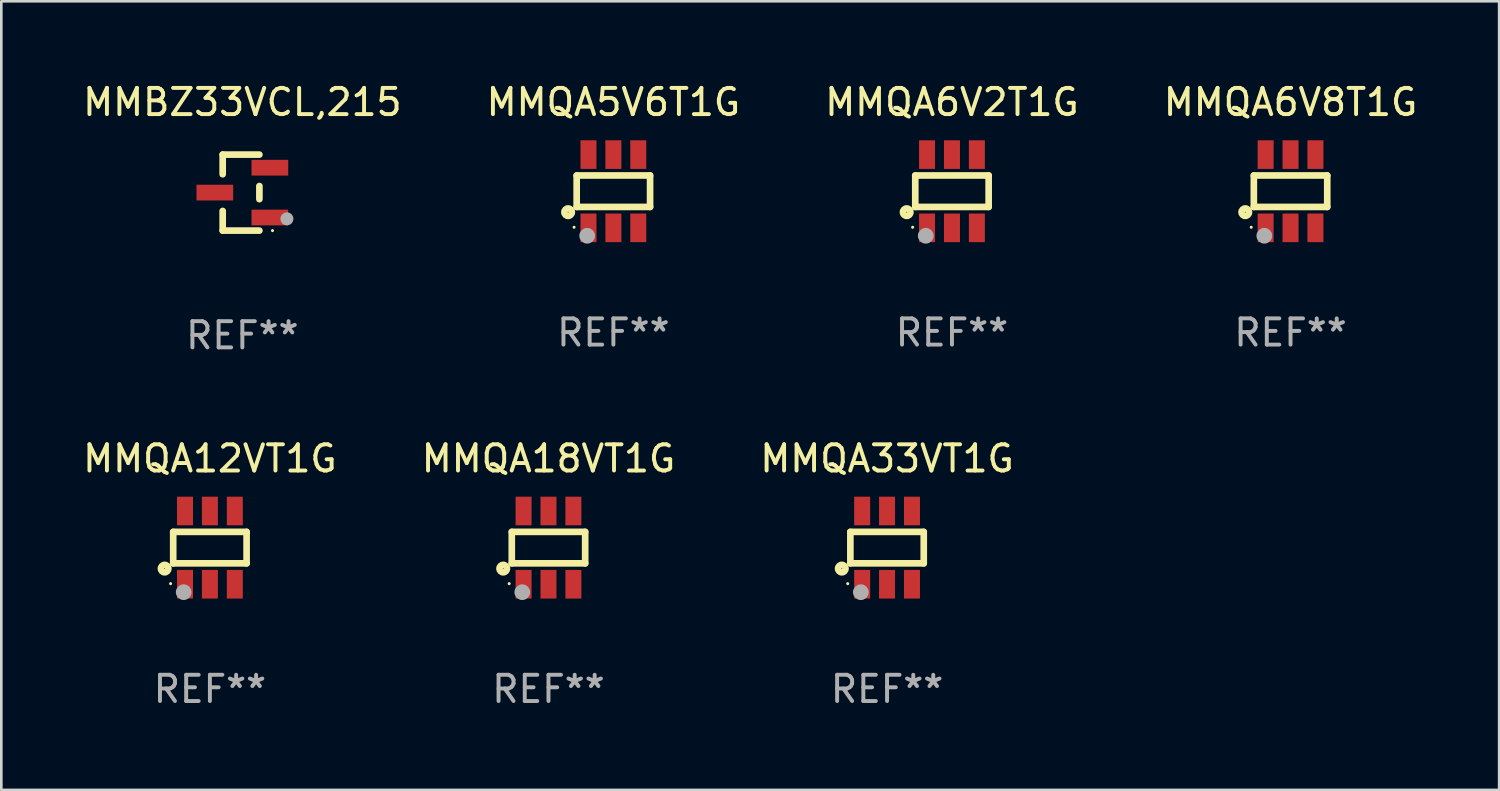
<source format=kicad_pcb>
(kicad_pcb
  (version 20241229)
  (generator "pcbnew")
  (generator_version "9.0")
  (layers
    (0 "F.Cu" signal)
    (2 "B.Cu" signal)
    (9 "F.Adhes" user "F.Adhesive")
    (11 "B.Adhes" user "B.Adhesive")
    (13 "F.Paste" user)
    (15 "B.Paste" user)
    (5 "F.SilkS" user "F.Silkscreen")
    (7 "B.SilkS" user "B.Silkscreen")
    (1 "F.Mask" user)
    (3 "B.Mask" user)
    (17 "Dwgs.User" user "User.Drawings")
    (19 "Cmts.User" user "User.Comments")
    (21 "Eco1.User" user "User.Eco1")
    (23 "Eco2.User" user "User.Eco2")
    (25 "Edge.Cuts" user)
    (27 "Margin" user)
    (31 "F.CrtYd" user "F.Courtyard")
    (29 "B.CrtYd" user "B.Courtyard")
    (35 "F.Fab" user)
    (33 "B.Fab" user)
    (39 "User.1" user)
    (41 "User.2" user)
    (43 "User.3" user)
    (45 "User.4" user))
  (footprint "MMQA6V2T1G"
    (layer "F.Cu")
    (at 33.268 4.245)
    (property "Reference" "MMQA6V2T1G" (at 0 -3.397 0) (layer "F.SilkS") (effects (font (size 1 1) (thickness 0.15))))
    (attr through_hole)
    (fp_line (start -1.4 -0.6) (end 1.4 -0.6) (stroke (width 0.254) (type solid)) (layer "F.SilkS"))
    (fp_line (start -1.4 0.6) (end -1.4 -0.6) (stroke (width 0.254) (type solid)) (layer "F.SilkS"))
    (fp_line (start -1.4 0.6) (end 1.4 0.6) (stroke (width 0.254) (type solid)) (layer "F.SilkS"))
    (fp_line (start 1.4 -0.6) (end 1.4 0.6) (stroke (width 0.254) (type solid)) (layer "F.SilkS"))
    (fp_circle (center -1.727 0.8) (end -1.585 0.8) (stroke (width 0.254) (type solid)) (fill no) (layer "F.SilkS"))
    (fp_circle (center -1.5 1.375) (end -1.47 1.375) (stroke (width 0.06) (type solid)) (fill no) (layer "F.SilkS"))
    (fp_circle (center -1 1.7) (end -0.85 1.7) (stroke (width 0.3) (type solid)) (fill no) (layer "F.Fab"))
    (fp_text user "REF**" (at 0 5.397 0) (layer "F.Fab") (effects (font (size 1 1) (thickness 0.15))))
    (pad "1" smd rect (at -0.95 1.397 180) (size 0.61 1.092) (layers "F.Cu" "F.Mask" "F.Paste"))
    (pad "2" smd rect (at 0 1.397 180) (size 0.61 1.092) (layers "F.Cu" "F.Mask" "F.Paste"))
    (pad "3" smd rect (at 0.95 1.397 180) (size 0.61 1.092) (layers "F.Cu" "F.Mask" "F.Paste"))
    (pad "4" smd rect (at 0.95 -1.397 180) (size 0.61 1.092) (layers "F.Cu" "F.Mask" "F.Paste"))
    (pad "5" smd rect (at 0 -1.397 180) (size 0.61 1.092) (layers "F.Cu" "F.Mask" "F.Paste"))
    (pad "6" smd rect (at -0.95 -1.397 180) (size 0.61 1.092) (layers "F.Cu" "F.Mask" "F.Paste")))
  (footprint "MMQA6V8T1G"
    (layer "F.Cu")
    (at 46.185 4.245)
    (property "Reference" "MMQA6V8T1G" (at 0 -3.397 0) (layer "F.SilkS") (effects (font (size 1 1) (thickness 0.15))))
    (attr through_hole)
    (fp_line (start -1.4 -0.6) (end 1.4 -0.6) (stroke (width 0.254) (type solid)) (layer "F.SilkS"))
    (fp_line (start -1.4 0.6) (end -1.4 -0.6) (stroke (width 0.254) (type solid)) (layer "F.SilkS"))
    (fp_line (start -1.4 0.6) (end 1.4 0.6) (stroke (width 0.254) (type solid)) (layer "F.SilkS"))
    (fp_line (start 1.4 -0.6) (end 1.4 0.6) (stroke (width 0.254) (type solid)) (layer "F.SilkS"))
    (fp_circle (center -1.727 0.8) (end -1.585 0.8) (stroke (width 0.254) (type solid)) (fill no) (layer "F.SilkS"))
    (fp_circle (center -1.5 1.375) (end -1.47 1.375) (stroke (width 0.06) (type solid)) (fill no) (layer "F.SilkS"))
    (fp_circle (center -1 1.7) (end -0.85 1.7) (stroke (width 0.3) (type solid)) (fill no) (layer "F.Fab"))
    (fp_text user "REF**" (at 0 5.397 0) (layer "F.Fab") (effects (font (size 1 1) (thickness 0.15))))
    (pad "1" smd rect (at -0.95 1.397 180) (size 0.61 1.092) (layers "F.Cu" "F.Mask" "F.Paste"))
    (pad "2" smd rect (at 0 1.397 180) (size 0.61 1.092) (layers "F.Cu" "F.Mask" "F.Paste"))
    (pad "3" smd rect (at 0.95 1.397 180) (size 0.61 1.092) (layers "F.Cu" "F.Mask" "F.Paste"))
    (pad "4" smd rect (at 0.95 -1.397 180) (size 0.61 1.092) (layers "F.Cu" "F.Mask" "F.Paste"))
    (pad "5" smd rect (at 0 -1.397 180) (size 0.61 1.092) (layers "F.Cu" "F.Mask" "F.Paste"))
    (pad "6" smd rect (at -0.95 -1.397 180) (size 0.61 1.092) (layers "F.Cu" "F.Mask" "F.Paste")))
  (footprint "MMBZ33VCL,215"
    (layer "F.Cu")
    (at 6.196 4.298)
    (property "Reference" "MMBZ33VCL,215" (at 0 -3.45 0) (layer "F.SilkS") (effects (font (size 1 1) (thickness 0.15))))
    (attr through_hole)
    (fp_line (start -0.75 -1.45) (end 0.65 -1.45) (stroke (width 0.254) (type solid)) (layer "F.SilkS"))
    (fp_line (start -0.75 -0.7) (end -0.75 -1.45) (stroke (width 0.254) (type solid)) (layer "F.SilkS"))
    (fp_line (start -0.75 1.45) (end -0.75 0.7) (stroke (width 0.254) (type solid)) (layer "F.SilkS"))
    (fp_line (start -0.75 1.45) (end 0.65 1.45) (stroke (width 0.254) (type solid)) (layer "F.SilkS"))
    (fp_line (start 0.65 0.25) (end 0.65 -0.25) (stroke (width 0.254) (type solid)) (layer "F.SilkS"))
    (fp_circle (center 1.15 1.45) (end 1.18 1.45) (stroke (width 0.06) (type solid)) (fill no) (layer "F.SilkS"))
    (fp_circle (center 1.7 1) (end 1.825 1) (stroke (width 0.25) (type solid)) (fill no) (layer "F.Fab"))
    (fp_text user "REF**" (at 0 5.45 0) (layer "F.Fab") (effects (font (size 1 1) (thickness 0.15))))
    (pad "1" smd rect (at 1.05 0.95) (size 1.4 0.6) (layers "F.Cu" "F.Mask" "F.Paste"))
    (pad "2" smd rect (at 1.05 -0.95) (size 1.4 0.6) (layers "F.Cu" "F.Mask" "F.Paste"))
    (pad "3" smd rect (at -1.05 0) (size 1.4 0.6) (layers "F.Cu" "F.Mask" "F.Paste")))
  (footprint "MMQA33VT1G"
    (layer "F.Cu")
    (at 30.792 17.842)
    (property "Reference" "MMQA33VT1G" (at 0 -3.397 0) (layer "F.SilkS") (effects (font (size 1 1) (thickness 0.15))))
    (attr through_hole)
    (fp_line (start -1.4 -0.6) (end 1.4 -0.6) (stroke (width 0.254) (type solid)) (layer "F.SilkS"))
    (fp_line (start -1.4 0.6) (end -1.4 -0.6) (stroke (width 0.254) (type solid)) (layer "F.SilkS"))
    (fp_line (start -1.4 0.6) (end 1.4 0.6) (stroke (width 0.254) (type solid)) (layer "F.SilkS"))
    (fp_line (start 1.4 -0.6) (end 1.4 0.6) (stroke (width 0.254) (type solid)) (layer "F.SilkS"))
    (fp_circle (center -1.727 0.8) (end -1.585 0.8) (stroke (width 0.254) (type solid)) (fill no) (layer "F.SilkS"))
    (fp_circle (center -1.5 1.375) (end -1.47 1.375) (stroke (width 0.06) (type solid)) (fill no) (layer "F.SilkS"))
    (fp_circle (center -1 1.7) (end -0.85 1.7) (stroke (width 0.3) (type solid)) (fill no) (layer "F.Fab"))
    (fp_text user "REF**" (at 0 5.397 0) (layer "F.Fab") (effects (font (size 1 1) (thickness 0.15))))
    (pad "1" smd rect (at -0.95 1.397 180) (size 0.61 1.092) (layers "F.Cu" "F.Mask" "F.Paste"))
    (pad "2" smd rect (at 0 1.397 180) (size 0.61 1.092) (layers "F.Cu" "F.Mask" "F.Paste"))
    (pad "3" smd rect (at 0.95 1.397 180) (size 0.61 1.092) (layers "F.Cu" "F.Mask" "F.Paste"))
    (pad "4" smd rect (at 0.95 -1.397 180) (size 0.61 1.092) (layers "F.Cu" "F.Mask" "F.Paste"))
    (pad "5" smd rect (at 0 -1.397 180) (size 0.61 1.092) (layers "F.Cu" "F.Mask" "F.Paste"))
    (pad "6" smd rect (at -0.95 -1.397 180) (size 0.61 1.092) (layers "F.Cu" "F.Mask" "F.Paste")))
  (footprint "MMQA18VT1G"
    (layer "F.Cu")
    (at 17.875 17.842)
    (property "Reference" "MMQA18VT1G" (at 0 -3.397 0) (layer "F.SilkS") (effects (font (size 1 1) (thickness 0.15))))
    (attr through_hole)
    (fp_line (start -1.4 -0.6) (end 1.4 -0.6) (stroke (width 0.254) (type solid)) (layer "F.SilkS"))
    (fp_line (start -1.4 0.6) (end -1.4 -0.6) (stroke (width 0.254) (type solid)) (layer "F.SilkS"))
    (fp_line (start -1.4 0.6) (end 1.4 0.6) (stroke (width 0.254) (type solid)) (layer "F.SilkS"))
    (fp_line (start 1.4 -0.6) (end 1.4 0.6) (stroke (width 0.254) (type solid)) (layer "F.SilkS"))
    (fp_circle (center -1.727 0.8) (end -1.585 0.8) (stroke (width 0.254) (type solid)) (fill no) (layer "F.SilkS"))
    (fp_circle (center -1.5 1.375) (end -1.47 1.375) (stroke (width 0.06) (type solid)) (fill no) (layer "F.SilkS"))
    (fp_circle (center -1 1.7) (end -0.85 1.7) (stroke (width 0.3) (type solid)) (fill no) (layer "F.Fab"))
    (fp_text user "REF**" (at 0 5.397 0) (layer "F.Fab") (effects (font (size 1 1) (thickness 0.15))))
    (pad "1" smd rect (at -0.95 1.397 180) (size 0.61 1.092) (layers "F.Cu" "F.Mask" "F.Paste"))
    (pad "2" smd rect (at 0 1.397 180) (size 0.61 1.092) (layers "F.Cu" "F.Mask" "F.Paste"))
    (pad "3" smd rect (at 0.95 1.397 180) (size 0.61 1.092) (layers "F.Cu" "F.Mask" "F.Paste"))
    (pad "4" smd rect (at 0.95 -1.397 180) (size 0.61 1.092) (layers "F.Cu" "F.Mask" "F.Paste"))
    (pad "5" smd rect (at 0 -1.397 180) (size 0.61 1.092) (layers "F.Cu" "F.Mask" "F.Paste"))
    (pad "6" smd rect (at -0.95 -1.397 180) (size 0.61 1.092) (layers "F.Cu" "F.Mask" "F.Paste")))
  (footprint "MMQA12VT1G"
    (layer "F.Cu")
    (at 4.958 17.842)
    (property "Reference" "MMQA12VT1G" (at 0 -3.397 0) (layer "F.SilkS") (effects (font (size 1 1) (thickness 0.15))))
    (attr through_hole)
    (fp_line (start -1.4 -0.6) (end 1.4 -0.6) (stroke (width 0.254) (type solid)) (layer "F.SilkS"))
    (fp_line (start -1.4 0.6) (end -1.4 -0.6) (stroke (width 0.254) (type solid)) (layer "F.SilkS"))
    (fp_line (start -1.4 0.6) (end 1.4 0.6) (stroke (width 0.254) (type solid)) (layer "F.SilkS"))
    (fp_line (start 1.4 -0.6) (end 1.4 0.6) (stroke (width 0.254) (type solid)) (layer "F.SilkS"))
    (fp_circle (center -1.727 0.8) (end -1.585 0.8) (stroke (width 0.254) (type solid)) (fill no) (layer "F.SilkS"))
    (fp_circle (center -1.5 1.375) (end -1.47 1.375) (stroke (width 0.06) (type solid)) (fill no) (layer "F.SilkS"))
    (fp_circle (center -1 1.7) (end -0.85 1.7) (stroke (width 0.3) (type solid)) (fill no) (layer "F.Fab"))
    (fp_text user "REF**" (at 0 5.397 0) (layer "F.Fab") (effects (font (size 1 1) (thickness 0.15))))
    (pad "1" smd rect (at -0.95 1.397 180) (size 0.61 1.092) (layers "F.Cu" "F.Mask" "F.Paste"))
    (pad "2" smd rect (at 0 1.397 180) (size 0.61 1.092) (layers "F.Cu" "F.Mask" "F.Paste"))
    (pad "3" smd rect (at 0.95 1.397 180) (size 0.61 1.092) (layers "F.Cu" "F.Mask" "F.Paste"))
    (pad "4" smd rect (at 0.95 -1.397 180) (size 0.61 1.092) (layers "F.Cu" "F.Mask" "F.Paste"))
    (pad "5" smd rect (at 0 -1.397 180) (size 0.61 1.092) (layers "F.Cu" "F.Mask" "F.Paste"))
    (pad "6" smd rect (at -0.95 -1.397 180) (size 0.61 1.092) (layers "F.Cu" "F.Mask" "F.Paste")))
  (footprint "MMQA5V6T1G"
    (layer "F.Cu")
    (at 20.351 4.245)
    (property "Reference" "MMQA5V6T1G" (at 0 -3.397 0) (layer "F.SilkS") (effects (font (size 1 1) (thickness 0.15))))
    (attr through_hole)
    (fp_line (start -1.4 -0.6) (end 1.4 -0.6) (stroke (width 0.254) (type solid)) (layer "F.SilkS"))
    (fp_line (start -1.4 0.6) (end -1.4 -0.6) (stroke (width 0.254) (type solid)) (layer "F.SilkS"))
    (fp_line (start -1.4 0.6) (end 1.4 0.6) (stroke (width 0.254) (type solid)) (layer "F.SilkS"))
    (fp_line (start 1.4 -0.6) (end 1.4 0.6) (stroke (width 0.254) (type solid)) (layer "F.SilkS"))
    (fp_circle (center -1.727 0.8) (end -1.585 0.8) (stroke (width 0.254) (type solid)) (fill no) (layer "F.SilkS"))
    (fp_circle (center -1.5 1.375) (end -1.47 1.375) (stroke (width 0.06) (type solid)) (fill no) (layer "F.SilkS"))
    (fp_circle (center -1 1.7) (end -0.85 1.7) (stroke (width 0.3) (type solid)) (fill no) (layer "F.Fab"))
    (fp_text user "REF**" (at 0 5.397 0) (layer "F.Fab") (effects (font (size 1 1) (thickness 0.15))))
    (pad "1" smd rect (at -0.95 1.397 180) (size 0.61 1.092) (layers "F.Cu" "F.Mask" "F.Paste"))
    (pad "2" smd rect (at 0 1.397 180) (size 0.61 1.092) (layers "F.Cu" "F.Mask" "F.Paste"))
    (pad "3" smd rect (at 0.95 1.397 180) (size 0.61 1.092) (layers "F.Cu" "F.Mask" "F.Paste"))
    (pad "4" smd rect (at 0.95 -1.397 180) (size 0.61 1.092) (layers "F.Cu" "F.Mask" "F.Paste"))
    (pad "5" smd rect (at 0 -1.397 180) (size 0.61 1.092) (layers "F.Cu" "F.Mask" "F.Paste"))
    (pad "6" smd rect (at -0.95 -1.397 180) (size 0.61 1.092) (layers "F.Cu" "F.Mask" "F.Paste")))
  (gr_rect
    (start -3 -3)
    (end 54.143 27.087)
    (stroke (width 0.1) (type default))
    (fill no)
    (layer "Edge.Cuts")))
</source>
